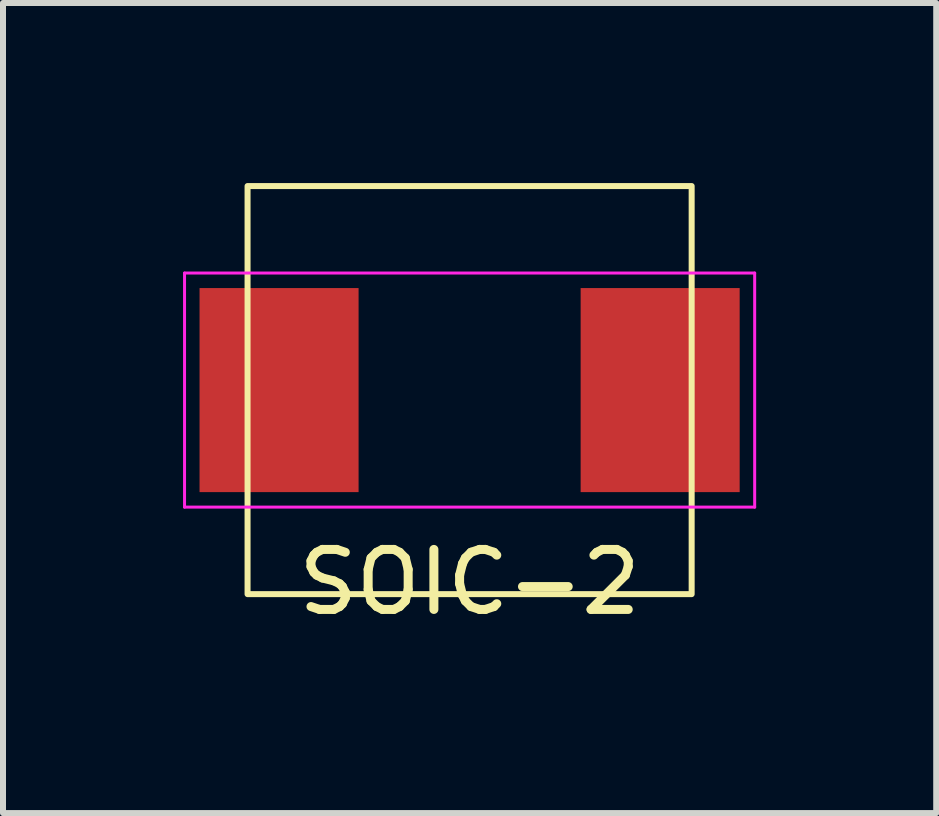
<source format=kicad_pcb>
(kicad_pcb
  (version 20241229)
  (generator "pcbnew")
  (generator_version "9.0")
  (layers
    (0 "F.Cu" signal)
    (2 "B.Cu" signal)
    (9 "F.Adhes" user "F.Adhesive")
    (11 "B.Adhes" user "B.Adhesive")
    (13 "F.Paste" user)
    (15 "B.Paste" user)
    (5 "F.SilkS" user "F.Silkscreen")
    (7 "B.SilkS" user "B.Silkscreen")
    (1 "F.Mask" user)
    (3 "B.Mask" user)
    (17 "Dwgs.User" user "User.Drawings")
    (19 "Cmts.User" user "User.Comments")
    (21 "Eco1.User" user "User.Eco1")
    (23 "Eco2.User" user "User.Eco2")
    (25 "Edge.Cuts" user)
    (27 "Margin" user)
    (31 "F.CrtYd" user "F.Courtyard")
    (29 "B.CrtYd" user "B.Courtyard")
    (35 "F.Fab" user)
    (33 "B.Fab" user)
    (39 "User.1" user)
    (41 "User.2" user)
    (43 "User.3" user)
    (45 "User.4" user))
  (footprint "SOIC-2"
    (layer "F.Cu")
    (at 4.775 3.45)
    (property "Reference" "SOIC-2" (at 0 3.2 0) (layer "F.SilkS") (effects (font (size 1 1) (thickness 0.15))))
    (attr smd)
    (fp_rect (start -3.7 -3.4) (end 3.7 3.4) (stroke (width 0.1) (type default)) (fill no) (layer "F.SilkS"))
    (fp_line (start -4.75 -1.95) (end 4.75 -1.95) (stroke (width 0.05) (type default)) (layer "F.CrtYd"))
    (fp_line (start -4.75 1.95) (end -4.75 -1.95) (stroke (width 0.05) (type default)) (layer "F.CrtYd"))
    (fp_line (start 4.75 -1.95) (end 4.75 1.95) (stroke (width 0.05) (type default)) (layer "F.CrtYd"))
    (fp_line (start 4.75 1.95) (end -4.75 1.95) (stroke (width 0.05) (type default)) (layer "F.CrtYd"))
    (pad "1" smd rect (at -3.175 0) (size 2.65 3.4) (layers "F.Cu" "F.Mask" "F.Paste"))
    (pad "2" smd rect (at 3.175 0) (size 2.65 3.4) (layers "F.Cu" "F.Mask" "F.Paste")))
  (gr_rect
    (start -3 -3)
    (end 12.55 10.498)
    (stroke (width 0.1) (type default))
    (fill no)
    (layer "Edge.Cuts")))
</source>
